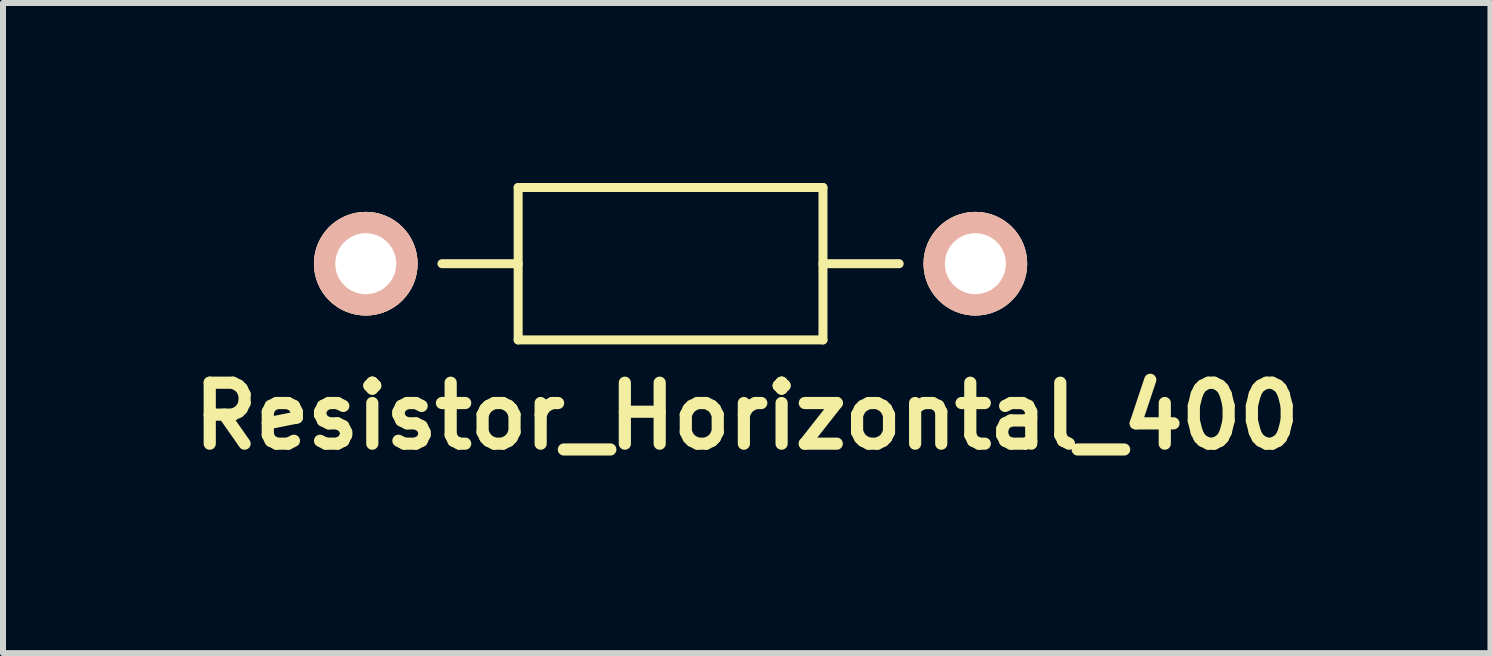
<source format=kicad_pcb>
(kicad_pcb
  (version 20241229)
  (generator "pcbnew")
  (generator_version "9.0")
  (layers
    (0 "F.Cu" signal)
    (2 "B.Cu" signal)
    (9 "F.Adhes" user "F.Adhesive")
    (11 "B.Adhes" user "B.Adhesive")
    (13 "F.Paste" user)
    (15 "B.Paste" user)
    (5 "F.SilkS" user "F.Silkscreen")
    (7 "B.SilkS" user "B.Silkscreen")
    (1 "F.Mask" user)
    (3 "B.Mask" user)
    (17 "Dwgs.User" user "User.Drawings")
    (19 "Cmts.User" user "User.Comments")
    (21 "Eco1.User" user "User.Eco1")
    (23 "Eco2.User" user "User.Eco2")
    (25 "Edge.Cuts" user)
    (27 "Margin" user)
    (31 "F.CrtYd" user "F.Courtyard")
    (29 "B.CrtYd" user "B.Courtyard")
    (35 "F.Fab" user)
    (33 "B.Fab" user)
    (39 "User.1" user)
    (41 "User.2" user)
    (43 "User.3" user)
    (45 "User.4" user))
  (footprint "Resistor_Horizontal_400"
    (layer "F.Cu")
    (at 8.126 1.345)
    (property "Reference" "Resistor_Horizontal_400" (at 1.27 2.54 0) (layer "F.SilkS") (effects (font (size 1.016 1.016) (thickness 0.203))))
    (attr through_hole)
    (fp_line (start -2.54 -1.27) (end -2.54 1.27) (stroke (width 0.15) (type solid)) (layer "F.SilkS"))
    (fp_line (start -2.54 0) (end -3.81 0) (stroke (width 0.15) (type solid)) (layer "F.SilkS"))
    (fp_line (start -2.54 1.27) (end 2.54 1.27) (stroke (width 0.15) (type solid)) (layer "F.SilkS"))
    (fp_line (start 2.54 -1.27) (end -2.54 -1.27) (stroke (width 0.15) (type solid)) (layer "F.SilkS"))
    (fp_line (start 2.54 0) (end 3.81 0) (stroke (width 0.15) (type solid)) (layer "F.SilkS"))
    (fp_line (start 2.54 1.27) (end 2.54 -1.27) (stroke (width 0.15) (type solid)) (layer "F.SilkS"))
    (pad "1" thru_hole circle (at -5.08 0) (size 1.727 1.727) (drill 1.016) (layers "*.Cu" "*.SilkS" "*.Mask"))
    (pad "2" thru_hole circle (at 5.08 0) (size 1.727 1.727) (drill 1.016) (layers "*.Cu" "*.SilkS" "*.Mask")))
  (gr_rect
    (start -3 -3)
    (end 21.791 7.836)
    (stroke (width 0.1) (type default))
    (fill no)
    (layer "Edge.Cuts")))
</source>
